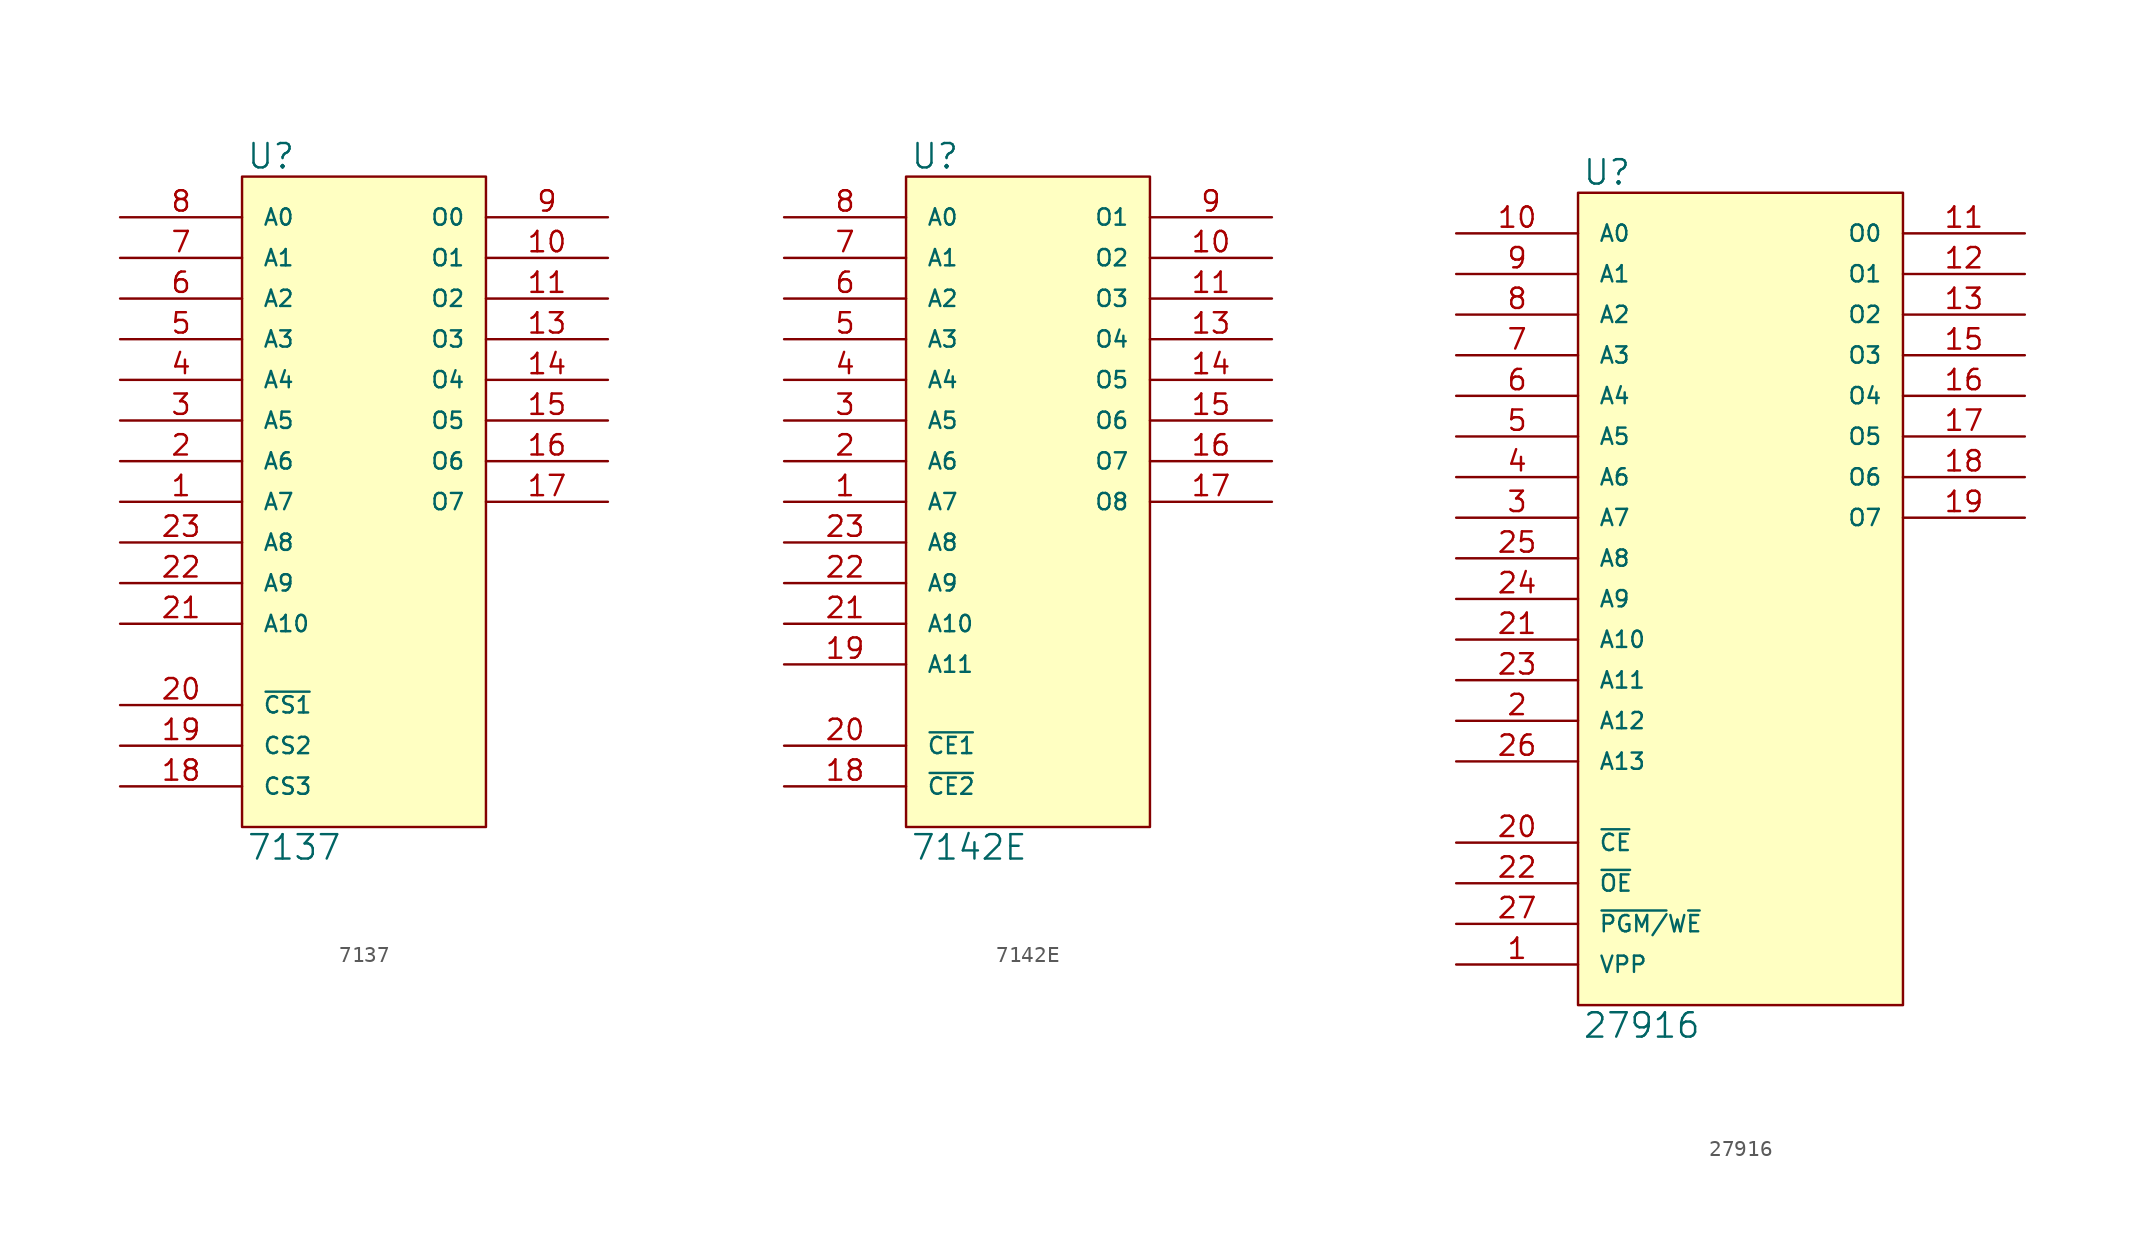
<source format=kicad_sym>
(kicad_symbol_lib
  (version 20231120)
  (generator "kicad_symbol_editor")
  (generator_version "8.0")
  (symbol "7137"
    (pin_names
      (offset 1.27))
    (property "Reference" "U"
      (at 0.254 0.381 0)
      (effects (font (size 1.524 1.524)) (justify left bottom)))
    (property "Value" "7137"
      (at 0.254 -41.021 0)
      (effects (font (size 1.524 1.524)) (justify left top)))
    (symbol "7137_0_1"
      (rectangle (start 0 0) (end 15.24 -40.64) (stroke (width 0) (type solid)) (fill (type background))))
    (symbol "7137_1_1"
      (pin input line (at -7.62 -20.32 0) (length 7.62) (name "A7" (effects (font (size 1.016 1.016)))) (number "1" (effects (font (size 1.27 1.27)))))
      (pin open_collector line (at 22.86 -5.08 180) (length 7.62) (name "O1" (effects (font (size 1.016 1.016)))) (number "10" (effects (font (size 1.27 1.27)))))
      (pin open_collector line (at 22.86 -7.62 180) (length 7.62) (name "O2" (effects (font (size 1.016 1.016)))) (number "11" (effects (font (size 1.27 1.27)))))
      (pin power_in line (at 0 -40.64 90) (length 0) hide (name "GND" (effects (font (size 1.016 1.016)))) (number "12" (effects (font (size 1.27 1.27)))))
      (pin open_collector line (at 22.86 -10.16 180) (length 7.62) (name "O3" (effects (font (size 1.016 1.016)))) (number "13" (effects (font (size 1.27 1.27)))))
      (pin open_collector line (at 22.86 -12.7 180) (length 7.62) (name "O4" (effects (font (size 1.016 1.016)))) (number "14" (effects (font (size 1.27 1.27)))))
      (pin open_collector line (at 22.86 -15.24 180) (length 7.62) (name "O5" (effects (font (size 1.016 1.016)))) (number "15" (effects (font (size 1.27 1.27)))))
      (pin open_collector line (at 22.86 -17.78 180) (length 7.62) (name "O6" (effects (font (size 1.016 1.016)))) (number "16" (effects (font (size 1.27 1.27)))))
      (pin open_collector line (at 22.86 -20.32 180) (length 7.62) (name "O7" (effects (font (size 1.016 1.016)))) (number "17" (effects (font (size 1.27 1.27)))))
      (pin input line (at -7.62 -38.1 0) (length 7.62) (name "CS3" (effects (font (size 1.016 1.016)))) (number "18" (effects (font (size 1.27 1.27)))))
      (pin input line (at -7.62 -35.56 0) (length 7.62) (name "CS2" (effects (font (size 1.016 1.016)))) (number "19" (effects (font (size 1.27 1.27)))))
      (pin input line (at -7.62 -17.78 0) (length 7.62) (name "A6" (effects (font (size 1.016 1.016)))) (number "2" (effects (font (size 1.27 1.27)))))
      (pin input line (at -7.62 -33.02 0) (length 7.62) (name "~{CS1}" (effects (font (size 1.016 1.016)))) (number "20" (effects (font (size 1.27 1.27)))))
      (pin input line (at -7.62 -27.94 0) (length 7.62) (name "A10" (effects (font (size 1.016 1.016)))) (number "21" (effects (font (size 1.27 1.27)))))
      (pin input line (at -7.62 -25.4 0) (length 7.62) (name "A9" (effects (font (size 1.016 1.016)))) (number "22" (effects (font (size 1.27 1.27)))))
      (pin input line (at -7.62 -22.86 0) (length 7.62) (name "A8" (effects (font (size 1.016 1.016)))) (number "23" (effects (font (size 1.27 1.27)))))
      (pin power_in line (at 0 0 270) (length 0) hide (name "VCC" (effects (font (size 1.016 1.016)))) (number "24" (effects (font (size 1.27 1.27)))))
      (pin input line (at -7.62 -15.24 0) (length 7.62) (name "A5" (effects (font (size 1.016 1.016)))) (number "3" (effects (font (size 1.27 1.27)))))
      (pin input line (at -7.62 -12.7 0) (length 7.62) (name "A4" (effects (font (size 1.016 1.016)))) (number "4" (effects (font (size 1.27 1.27)))))
      (pin input line (at -7.62 -10.16 0) (length 7.62) (name "A3" (effects (font (size 1.016 1.016)))) (number "5" (effects (font (size 1.27 1.27)))))
      (pin input line (at -7.62 -7.62 0) (length 7.62) (name "A2" (effects (font (size 1.016 1.016)))) (number "6" (effects (font (size 1.27 1.27)))))
      (pin input line (at -7.62 -5.08 0) (length 7.62) (name "A1" (effects (font (size 1.016 1.016)))) (number "7" (effects (font (size 1.27 1.27)))))
      (pin input line (at -7.62 -2.54 0) (length 7.62) (name "A0" (effects (font (size 1.016 1.016)))) (number "8" (effects (font (size 1.27 1.27)))))
      (pin open_collector line (at 22.86 -2.54 180) (length 7.62) (name "O0" (effects (font (size 1.016 1.016)))) (number "9" (effects (font (size 1.27 1.27)))))))
  (symbol "7142E"
    (pin_names
      (offset 1.27))
    (property "Reference" "U"
      (at 0.254 0.381 0)
      (effects (font (size 1.524 1.524)) (justify left bottom)))
    (property "Value" "7142E"
      (at 0.254 -41.021 0)
      (effects (font (size 1.524 1.524)) (justify left top)))
    (symbol "7142E_0_1"
      (rectangle (start 0 0) (end 15.24 -40.64) (stroke (width 0) (type solid)) (fill (type background))))
    (symbol "7142E_1_1"
      (pin input line (at -7.62 -20.32 0) (length 7.62) (name "A7" (effects (font (size 1.016 1.016)))) (number "1" (effects (font (size 1.27 1.27)))))
      (pin tri_state line (at 22.86 -5.08 180) (length 7.62) (name "O2" (effects (font (size 1.016 1.016)))) (number "10" (effects (font (size 1.27 1.27)))))
      (pin tri_state line (at 22.86 -7.62 180) (length 7.62) (name "O3" (effects (font (size 1.016 1.016)))) (number "11" (effects (font (size 1.27 1.27)))))
      (pin power_in line (at 0 -40.64 90) (length 0) hide (name "GND" (effects (font (size 1.016 1.016)))) (number "12" (effects (font (size 1.27 1.27)))))
      (pin tri_state line (at 22.86 -10.16 180) (length 7.62) (name "O4" (effects (font (size 1.016 1.016)))) (number "13" (effects (font (size 1.27 1.27)))))
      (pin tri_state line (at 22.86 -12.7 180) (length 7.62) (name "O5" (effects (font (size 1.016 1.016)))) (number "14" (effects (font (size 1.27 1.27)))))
      (pin tri_state line (at 22.86 -15.24 180) (length 7.62) (name "O6" (effects (font (size 1.016 1.016)))) (number "15" (effects (font (size 1.27 1.27)))))
      (pin tri_state line (at 22.86 -17.78 180) (length 7.62) (name "O7" (effects (font (size 1.016 1.016)))) (number "16" (effects (font (size 1.27 1.27)))))
      (pin tri_state line (at 22.86 -20.32 180) (length 7.62) (name "O8" (effects (font (size 1.016 1.016)))) (number "17" (effects (font (size 1.27 1.27)))))
      (pin input line (at -7.62 -38.1 0) (length 7.62) (name "~{CE2}" (effects (font (size 1.016 1.016)))) (number "18" (effects (font (size 1.27 1.27)))))
      (pin input line (at -7.62 -30.48 0) (length 7.62) (name "A11" (effects (font (size 1.016 1.016)))) (number "19" (effects (font (size 1.27 1.27)))))
      (pin input line (at -7.62 -17.78 0) (length 7.62) (name "A6" (effects (font (size 1.016 1.016)))) (number "2" (effects (font (size 1.27 1.27)))))
      (pin input line (at -7.62 -35.56 0) (length 7.62) (name "~{CE1}" (effects (font (size 1.016 1.016)))) (number "20" (effects (font (size 1.27 1.27)))))
      (pin input line (at -7.62 -27.94 0) (length 7.62) (name "A10" (effects (font (size 1.016 1.016)))) (number "21" (effects (font (size 1.27 1.27)))))
      (pin input line (at -7.62 -25.4 0) (length 7.62) (name "A9" (effects (font (size 1.016 1.016)))) (number "22" (effects (font (size 1.27 1.27)))))
      (pin input line (at -7.62 -22.86 0) (length 7.62) (name "A8" (effects (font (size 1.016 1.016)))) (number "23" (effects (font (size 1.27 1.27)))))
      (pin power_in line (at 0 0 270) (length 0) hide (name "VCC" (effects (font (size 1.016 1.016)))) (number "24" (effects (font (size 1.27 1.27)))))
      (pin input line (at -7.62 -15.24 0) (length 7.62) (name "A5" (effects (font (size 1.016 1.016)))) (number "3" (effects (font (size 1.27 1.27)))))
      (pin input line (at -7.62 -12.7 0) (length 7.62) (name "A4" (effects (font (size 1.016 1.016)))) (number "4" (effects (font (size 1.27 1.27)))))
      (pin input line (at -7.62 -10.16 0) (length 7.62) (name "A3" (effects (font (size 1.016 1.016)))) (number "5" (effects (font (size 1.27 1.27)))))
      (pin input line (at -7.62 -7.62 0) (length 7.62) (name "A2" (effects (font (size 1.016 1.016)))) (number "6" (effects (font (size 1.27 1.27)))))
      (pin input line (at -7.62 -5.08 0) (length 7.62) (name "A1" (effects (font (size 1.016 1.016)))) (number "7" (effects (font (size 1.27 1.27)))))
      (pin input line (at -7.62 -2.54 0) (length 7.62) (name "A0" (effects (font (size 1.016 1.016)))) (number "8" (effects (font (size 1.27 1.27)))))
      (pin tri_state line (at 22.86 -2.54 180) (length 7.62) (name "O1" (effects (font (size 1.016 1.016)))) (number "9" (effects (font (size 1.27 1.27)))))))
  (symbol "27916"
    (pin_names
      (offset 1.27))
    (property "Reference" "U"
      (at 0.254 0.381 0)
      (effects (font (size 1.524 1.524)) (justify left bottom)))
    (property "Value" "27916"
      (at 0.254 -51.181 0)
      (effects (font (size 1.524 1.524)) (justify left top)))
    (symbol "27916_0_1"
      (rectangle (start 0 0) (end 20.32 -50.8) (stroke (width 0) (type solid)) (fill (type background))))
    (symbol "27916_1_1"
      (pin input line (at -7.62 -48.26 0) (length 7.62) (name "VPP" (effects (font (size 1.016 1.016)))) (number "1" (effects (font (size 1.27 1.27)))))
      (pin input line (at -7.62 -2.54 0) (length 7.62) (name "A0" (effects (font (size 1.016 1.016)))) (number "10" (effects (font (size 1.27 1.27)))))
      (pin tri_state line (at 27.94 -2.54 180) (length 7.62) (name "O0" (effects (font (size 1.016 1.016)))) (number "11" (effects (font (size 1.27 1.27)))))
      (pin tri_state line (at 27.94 -5.08 180) (length 7.62) (name "O1" (effects (font (size 1.016 1.016)))) (number "12" (effects (font (size 1.27 1.27)))))
      (pin tri_state line (at 27.94 -7.62 180) (length 7.62) (name "O2" (effects (font (size 1.016 1.016)))) (number "13" (effects (font (size 1.27 1.27)))))
      (pin power_in line (at 0 -50.8 90) (length 0) hide (name "GND" (effects (font (size 1.016 1.016)))) (number "14" (effects (font (size 1.27 1.27)))))
      (pin tri_state line (at 27.94 -10.16 180) (length 7.62) (name "O3" (effects (font (size 1.016 1.016)))) (number "15" (effects (font (size 1.27 1.27)))))
      (pin tri_state line (at 27.94 -12.7 180) (length 7.62) (name "O4" (effects (font (size 1.016 1.016)))) (number "16" (effects (font (size 1.27 1.27)))))
      (pin tri_state line (at 27.94 -15.24 180) (length 7.62) (name "O5" (effects (font (size 1.016 1.016)))) (number "17" (effects (font (size 1.27 1.27)))))
      (pin tri_state line (at 27.94 -17.78 180) (length 7.62) (name "O6" (effects (font (size 1.016 1.016)))) (number "18" (effects (font (size 1.27 1.27)))))
      (pin tri_state line (at 27.94 -20.32 180) (length 7.62) (name "O7" (effects (font (size 1.016 1.016)))) (number "19" (effects (font (size 1.27 1.27)))))
      (pin input line (at -7.62 -33.02 0) (length 7.62) (name "A12" (effects (font (size 1.016 1.016)))) (number "2" (effects (font (size 1.27 1.27)))))
      (pin input line (at -7.62 -40.64 0) (length 7.62) (name "~{CE}" (effects (font (size 1.016 1.016)))) (number "20" (effects (font (size 1.27 1.27)))))
      (pin input line (at -7.62 -27.94 0) (length 7.62) (name "A10" (effects (font (size 1.016 1.016)))) (number "21" (effects (font (size 1.27 1.27)))))
      (pin input line (at -7.62 -43.18 0) (length 7.62) (name "~{OE}" (effects (font (size 1.016 1.016)))) (number "22" (effects (font (size 1.27 1.27)))))
      (pin input line (at -7.62 -30.48 0) (length 7.62) (name "A11" (effects (font (size 1.016 1.016)))) (number "23" (effects (font (size 1.27 1.27)))))
      (pin input line (at -7.62 -25.4 0) (length 7.62) (name "A9" (effects (font (size 1.016 1.016)))) (number "24" (effects (font (size 1.27 1.27)))))
      (pin input line (at -7.62 -22.86 0) (length 7.62) (name "A8" (effects (font (size 1.016 1.016)))) (number "25" (effects (font (size 1.27 1.27)))))
      (pin input line (at -7.62 -35.56 0) (length 7.62) (name "A13" (effects (font (size 1.016 1.016)))) (number "26" (effects (font (size 1.27 1.27)))))
      (pin input line (at -7.62 -45.72 0) (length 7.62) (name "~{PGM/}W~{E}" (effects (font (size 1.016 1.016)))) (number "27" (effects (font (size 1.27 1.27)))))
      (pin power_in line (at 0 0 270) (length 0) hide (name "VCC" (effects (font (size 1.016 1.016)))) (number "28" (effects (font (size 1.27 1.27)))))
      (pin input line (at -7.62 -20.32 0) (length 7.62) (name "A7" (effects (font (size 1.016 1.016)))) (number "3" (effects (font (size 1.27 1.27)))))
      (pin input line (at -7.62 -17.78 0) (length 7.62) (name "A6" (effects (font (size 1.016 1.016)))) (number "4" (effects (font (size 1.27 1.27)))))
      (pin input line (at -7.62 -15.24 0) (length 7.62) (name "A5" (effects (font (size 1.016 1.016)))) (number "5" (effects (font (size 1.27 1.27)))))
      (pin input line (at -7.62 -12.7 0) (length 7.62) (name "A4" (effects (font (size 1.016 1.016)))) (number "6" (effects (font (size 1.27 1.27)))))
      (pin input line (at -7.62 -10.16 0) (length 7.62) (name "A3" (effects (font (size 1.016 1.016)))) (number "7" (effects (font (size 1.27 1.27)))))
      (pin input line (at -7.62 -7.62 0) (length 7.62) (name "A2" (effects (font (size 1.016 1.016)))) (number "8" (effects (font (size 1.27 1.27)))))
      (pin input line (at -7.62 -5.08 0) (length 7.62) (name "A1" (effects (font (size 1.016 1.016)))) (number "9" (effects (font (size 1.27 1.27))))))))
</source>
